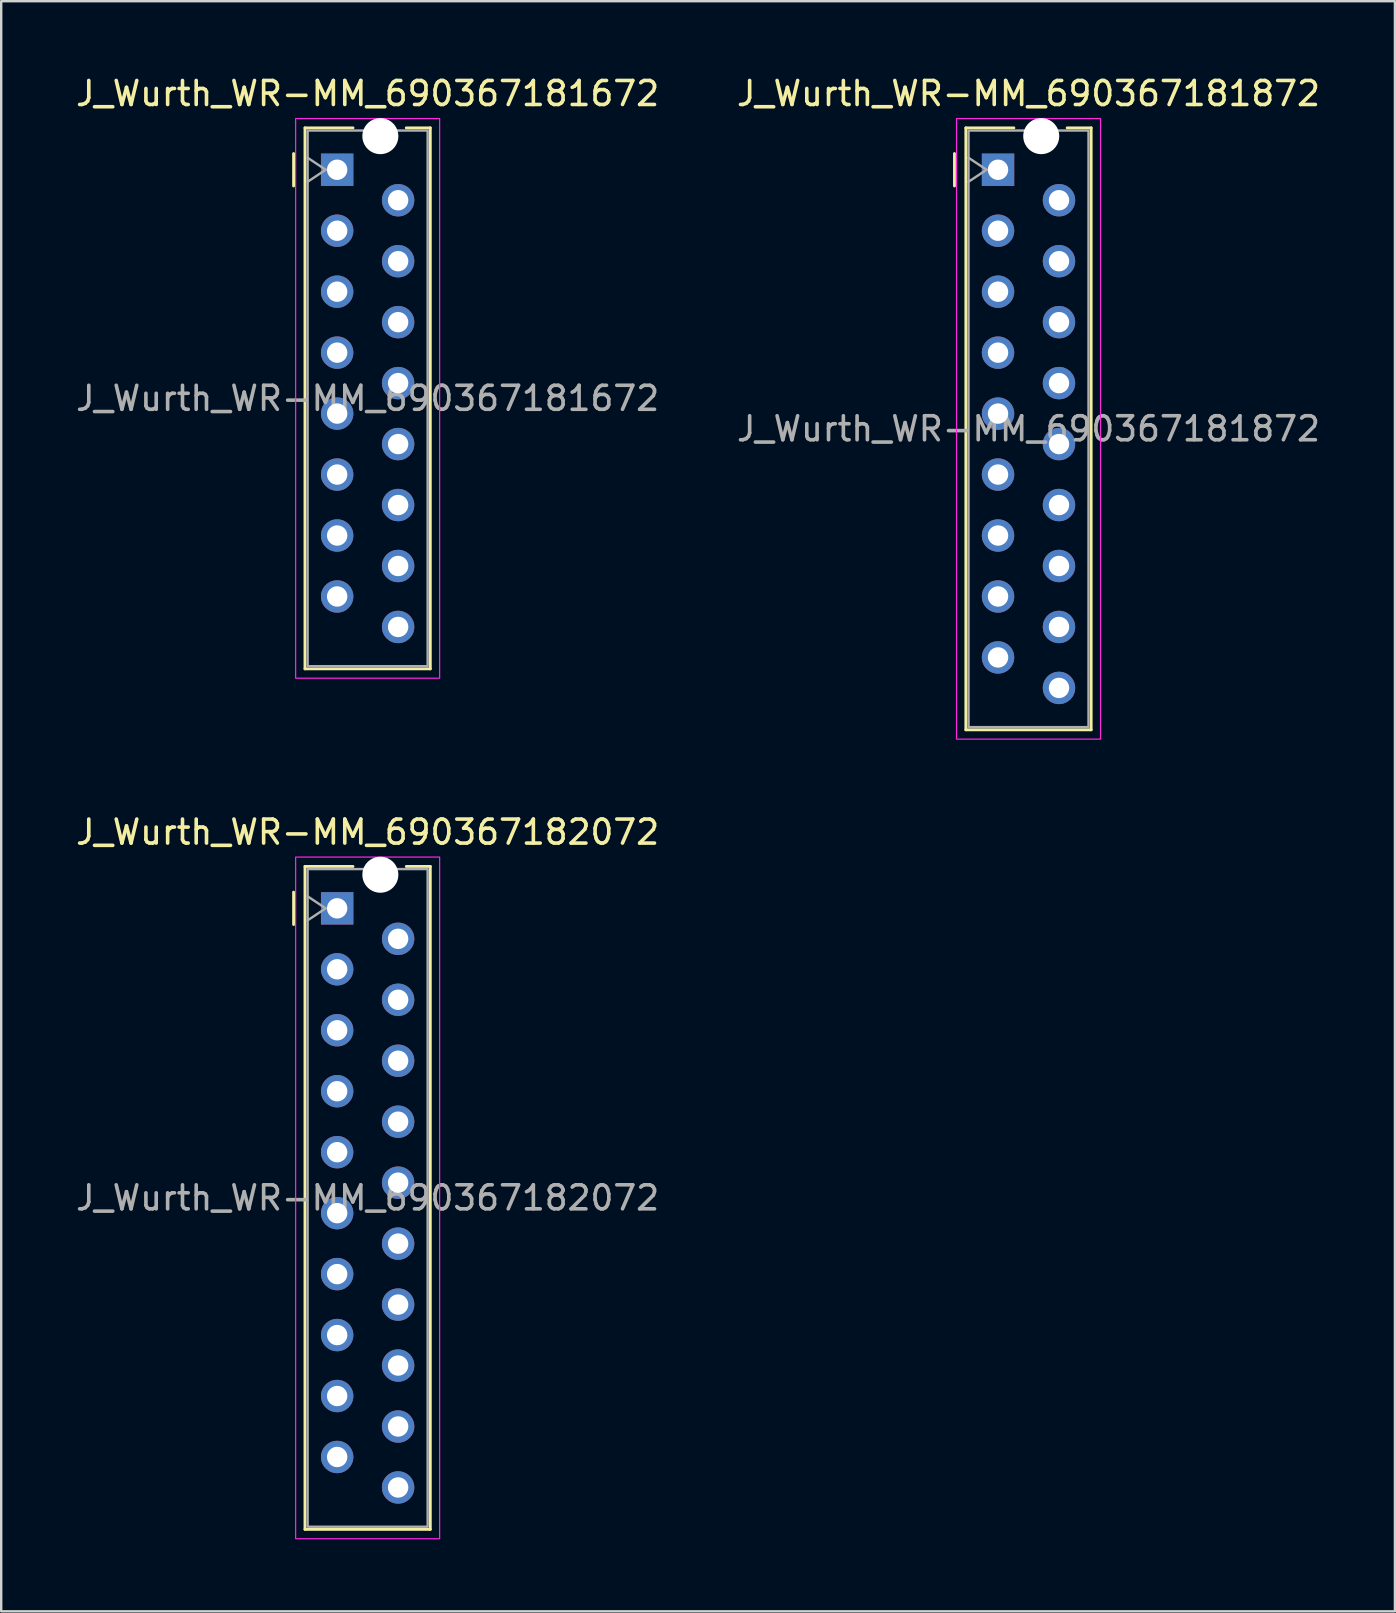
<source format=kicad_pcb>
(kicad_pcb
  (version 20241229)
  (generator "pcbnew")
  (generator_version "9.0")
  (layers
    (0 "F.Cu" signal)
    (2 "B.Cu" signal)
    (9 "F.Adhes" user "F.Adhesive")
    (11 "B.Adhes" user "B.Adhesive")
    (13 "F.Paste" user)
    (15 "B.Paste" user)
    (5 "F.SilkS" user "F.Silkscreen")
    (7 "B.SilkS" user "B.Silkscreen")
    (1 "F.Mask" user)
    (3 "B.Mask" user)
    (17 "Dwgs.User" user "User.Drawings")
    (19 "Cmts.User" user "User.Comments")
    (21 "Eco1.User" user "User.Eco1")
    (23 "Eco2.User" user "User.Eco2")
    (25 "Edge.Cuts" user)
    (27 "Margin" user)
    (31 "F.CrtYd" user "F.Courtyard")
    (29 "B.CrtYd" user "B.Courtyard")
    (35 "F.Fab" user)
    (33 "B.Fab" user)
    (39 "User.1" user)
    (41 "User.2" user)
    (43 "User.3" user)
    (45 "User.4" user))
  (footprint "J_Wurth_WR-MM_690367182072"
    (layer "F.Cu")
    (at 10.998 34.797)
    (property "Reference" "J_Wurth_WR-MM_690367182072" (at 1.27 -3.175 0) (unlocked yes) (layer "F.SilkS") (effects (font (size 1 1) (thickness 0.15))))
    (attr through_hole)
    (fp_line (start -1.815 0.675) (end -1.815 -0.675) (stroke (width 0.12) (type solid)) (layer "F.SilkS"))
    (fp_line (start -1.34 -1.745) (end -1.34 25.875) (stroke (width 0.12) (type solid)) (layer "F.SilkS"))
    (fp_line (start -1.34 -1.745) (end 0.66 -1.745) (stroke (width 0.12) (type solid)) (layer "F.SilkS"))
    (fp_line (start -1.34 25.875) (end 3.88 25.875) (stroke (width 0.12) (type solid)) (layer "F.SilkS"))
    (fp_line (start 3.88 -1.745) (end 2.88 -1.745) (stroke (width 0.12) (type solid)) (layer "F.SilkS"))
    (fp_line (start 3.88 -1.745) (end 3.88 25.875) (stroke (width 0.12) (type solid)) (layer "F.SilkS"))
    (fp_rect (start -1.73 -2.135) (end 4.27 26.265) (stroke (width 0.05) (type solid)) (fill no) (layer "F.CrtYd"))
    (fp_line (start -0.48 0) (end -1.23 -0.5) (stroke (width 0.1) (type solid)) (layer "F.Fab"))
    (fp_line (start -0.48 0) (end -1.23 0.5) (stroke (width 0.1) (type solid)) (layer "F.Fab"))
    (fp_rect (start -1.23 -1.635) (end 3.77 25.765) (stroke (width 0.1) (type solid)) (fill no) (layer "F.Fab"))
    (fp_text user "${REFERENCE}" (at 1.27 12.065 0) (unlocked yes) (layer "F.Fab") (effects (font (size 1 1) (thickness 0.15))))
    (pad "" np_thru_hole circle (at 1.8 -1.4 90) (size 1.5 1.5) (drill 1.5) (layers "*.Cu" "*.Mask"))
    (pad "1" thru_hole rect (at 0 0 90) (size 1.35 1.35) (drill 0.85) (layers "*.Cu" "*.Mask"))
    (pad "2" thru_hole circle (at 2.54 1.27 90) (size 1.35 1.35) (drill 0.85) (layers "*.Cu" "*.Mask"))
    (pad "3" thru_hole circle (at 0 2.54 90) (size 1.35 1.35) (drill 0.85) (layers "*.Cu" "*.Mask"))
    (pad "4" thru_hole circle (at 2.54 3.81 90) (size 1.35 1.35) (drill 0.85) (layers "*.Cu" "*.Mask"))
    (pad "5" thru_hole circle (at 0 5.08 90) (size 1.35 1.35) (drill 0.85) (layers "*.Cu" "*.Mask"))
    (pad "6" thru_hole circle (at 2.54 6.35 90) (size 1.35 1.35) (drill 0.85) (layers "*.Cu" "*.Mask"))
    (pad "7" thru_hole circle (at 0 7.62 90) (size 1.35 1.35) (drill 0.85) (layers "*.Cu" "*.Mask"))
    (pad "8" thru_hole circle (at 2.54 8.89 90) (size 1.35 1.35) (drill 0.85) (layers "*.Cu" "*.Mask"))
    (pad "9" thru_hole circle (at 0 10.16 90) (size 1.35 1.35) (drill 0.85) (layers "*.Cu" "*.Mask"))
    (pad "10" thru_hole circle (at 2.54 11.43 90) (size 1.35 1.35) (drill 0.85) (layers "*.Cu" "*.Mask"))
    (pad "11" thru_hole circle (at 0 12.7 90) (size 1.35 1.35) (drill 0.85) (layers "*.Cu" "*.Mask"))
    (pad "12" thru_hole circle (at 2.54 13.97 90) (size 1.35 1.35) (drill 0.85) (layers "*.Cu" "*.Mask"))
    (pad "13" thru_hole circle (at 0 15.24 90) (size 1.35 1.35) (drill 0.85) (layers "*.Cu" "*.Mask"))
    (pad "14" thru_hole circle (at 2.54 16.51 90) (size 1.35 1.35) (drill 0.85) (layers "*.Cu" "*.Mask"))
    (pad "15" thru_hole circle (at 0 17.78 90) (size 1.35 1.35) (drill 0.85) (layers "*.Cu" "*.Mask"))
    (pad "16" thru_hole circle (at 2.54 19.05 90) (size 1.35 1.35) (drill 0.85) (layers "*.Cu" "*.Mask"))
    (pad "17" thru_hole circle (at 0 20.32 90) (size 1.35 1.35) (drill 0.85) (layers "*.Cu" "*.Mask"))
    (pad "18" thru_hole circle (at 2.54 21.59 90) (size 1.35 1.35) (drill 0.85) (layers "*.Cu" "*.Mask"))
    (pad "19" thru_hole circle (at 0 22.86 90) (size 1.35 1.35) (drill 0.85) (layers "*.Cu" "*.Mask"))
    (pad "20" thru_hole circle (at 2.54 24.13 90) (size 1.35 1.35) (drill 0.85) (layers "*.Cu" "*.Mask")))
  (footprint "J_Wurth_WR-MM_690367181672"
    (layer "F.Cu")
    (at 10.998 4.023)
    (property "Reference" "J_Wurth_WR-MM_690367181672" (at 1.27 -3.175 0) (unlocked yes) (layer "F.SilkS") (effects (font (size 1 1) (thickness 0.15))))
    (attr through_hole)
    (fp_line (start -1.815 0.675) (end -1.815 -0.675) (stroke (width 0.12) (type solid)) (layer "F.SilkS"))
    (fp_line (start -1.34 -1.745) (end -1.34 20.795) (stroke (width 0.12) (type solid)) (layer "F.SilkS"))
    (fp_line (start -1.34 -1.745) (end 0.66 -1.745) (stroke (width 0.12) (type solid)) (layer "F.SilkS"))
    (fp_line (start -1.34 20.795) (end 3.88 20.795) (stroke (width 0.12) (type solid)) (layer "F.SilkS"))
    (fp_line (start 3.88 -1.745) (end 2.88 -1.745) (stroke (width 0.12) (type solid)) (layer "F.SilkS"))
    (fp_line (start 3.88 -1.745) (end 3.88 20.795) (stroke (width 0.12) (type solid)) (layer "F.SilkS"))
    (fp_rect (start -1.73 -2.135) (end 4.27 21.185) (stroke (width 0.05) (type solid)) (fill no) (layer "F.CrtYd"))
    (fp_line (start -0.48 0) (end -1.23 -0.5) (stroke (width 0.1) (type solid)) (layer "F.Fab"))
    (fp_line (start -0.48 0) (end -1.23 0.5) (stroke (width 0.1) (type solid)) (layer "F.Fab"))
    (fp_rect (start -1.23 -1.635) (end 3.77 20.685) (stroke (width 0.1) (type solid)) (fill no) (layer "F.Fab"))
    (fp_text user "${REFERENCE}" (at 1.27 9.525 0) (unlocked yes) (layer "F.Fab") (effects (font (size 1 1) (thickness 0.15))))
    (pad "" np_thru_hole circle (at 1.8 -1.4 90) (size 1.5 1.5) (drill 1.5) (layers "*.Cu" "*.Mask"))
    (pad "1" thru_hole rect (at 0 0 90) (size 1.35 1.35) (drill 0.85) (layers "*.Cu" "*.Mask"))
    (pad "2" thru_hole circle (at 2.54 1.27 90) (size 1.35 1.35) (drill 0.85) (layers "*.Cu" "*.Mask"))
    (pad "3" thru_hole circle (at 0 2.54 90) (size 1.35 1.35) (drill 0.85) (layers "*.Cu" "*.Mask"))
    (pad "4" thru_hole circle (at 2.54 3.81 90) (size 1.35 1.35) (drill 0.85) (layers "*.Cu" "*.Mask"))
    (pad "5" thru_hole circle (at 0 5.08 90) (size 1.35 1.35) (drill 0.85) (layers "*.Cu" "*.Mask"))
    (pad "6" thru_hole circle (at 2.54 6.35 90) (size 1.35 1.35) (drill 0.85) (layers "*.Cu" "*.Mask"))
    (pad "7" thru_hole circle (at 0 7.62 90) (size 1.35 1.35) (drill 0.85) (layers "*.Cu" "*.Mask"))
    (pad "8" thru_hole circle (at 2.54 8.89 90) (size 1.35 1.35) (drill 0.85) (layers "*.Cu" "*.Mask"))
    (pad "9" thru_hole circle (at 0 10.16 90) (size 1.35 1.35) (drill 0.85) (layers "*.Cu" "*.Mask"))
    (pad "10" thru_hole circle (at 2.54 11.43 90) (size 1.35 1.35) (drill 0.85) (layers "*.Cu" "*.Mask"))
    (pad "11" thru_hole circle (at 0 12.7 90) (size 1.35 1.35) (drill 0.85) (layers "*.Cu" "*.Mask"))
    (pad "12" thru_hole circle (at 2.54 13.97 90) (size 1.35 1.35) (drill 0.85) (layers "*.Cu" "*.Mask"))
    (pad "13" thru_hole circle (at 0 15.24 90) (size 1.35 1.35) (drill 0.85) (layers "*.Cu" "*.Mask"))
    (pad "14" thru_hole circle (at 2.54 16.51 90) (size 1.35 1.35) (drill 0.85) (layers "*.Cu" "*.Mask"))
    (pad "15" thru_hole circle (at 0 17.78 90) (size 1.35 1.35) (drill 0.85) (layers "*.Cu" "*.Mask"))
    (pad "16" thru_hole circle (at 2.54 19.05 90) (size 1.35 1.35) (drill 0.85) (layers "*.Cu" "*.Mask")))
  (footprint "J_Wurth_WR-MM_690367181872"
    (layer "F.Cu")
    (at 38.534 4.023)
    (property "Reference" "J_Wurth_WR-MM_690367181872" (at 1.27 -3.175 0) (unlocked yes) (layer "F.SilkS") (effects (font (size 1 1) (thickness 0.15))))
    (attr through_hole)
    (fp_line (start -1.815 0.675) (end -1.815 -0.675) (stroke (width 0.12) (type solid)) (layer "F.SilkS"))
    (fp_line (start -1.34 -1.745) (end -1.34 23.335) (stroke (width 0.12) (type solid)) (layer "F.SilkS"))
    (fp_line (start -1.34 -1.745) (end 0.66 -1.745) (stroke (width 0.12) (type solid)) (layer "F.SilkS"))
    (fp_line (start -1.34 23.335) (end 3.88 23.335) (stroke (width 0.12) (type solid)) (layer "F.SilkS"))
    (fp_line (start 3.88 -1.745) (end 2.88 -1.745) (stroke (width 0.12) (type solid)) (layer "F.SilkS"))
    (fp_line (start 3.88 -1.745) (end 3.88 23.335) (stroke (width 0.12) (type solid)) (layer "F.SilkS"))
    (fp_rect (start -1.73 -2.135) (end 4.27 23.725) (stroke (width 0.05) (type solid)) (fill no) (layer "F.CrtYd"))
    (fp_line (start -0.48 0) (end -1.23 -0.5) (stroke (width 0.1) (type solid)) (layer "F.Fab"))
    (fp_line (start -0.48 0) (end -1.23 0.5) (stroke (width 0.1) (type solid)) (layer "F.Fab"))
    (fp_rect (start -1.23 -1.635) (end 3.77 23.225) (stroke (width 0.1) (type solid)) (fill no) (layer "F.Fab"))
    (fp_text user "${REFERENCE}" (at 1.27 10.795 0) (unlocked yes) (layer "F.Fab") (effects (font (size 1 1) (thickness 0.15))))
    (pad "" np_thru_hole circle (at 1.8 -1.4 90) (size 1.5 1.5) (drill 1.5) (layers "*.Cu" "*.Mask"))
    (pad "1" thru_hole rect (at 0 0 90) (size 1.35 1.35) (drill 0.85) (layers "*.Cu" "*.Mask"))
    (pad "2" thru_hole circle (at 2.54 1.27 90) (size 1.35 1.35) (drill 0.85) (layers "*.Cu" "*.Mask"))
    (pad "3" thru_hole circle (at 0 2.54 90) (size 1.35 1.35) (drill 0.85) (layers "*.Cu" "*.Mask"))
    (pad "4" thru_hole circle (at 2.54 3.81 90) (size 1.35 1.35) (drill 0.85) (layers "*.Cu" "*.Mask"))
    (pad "5" thru_hole circle (at 0 5.08 90) (size 1.35 1.35) (drill 0.85) (layers "*.Cu" "*.Mask"))
    (pad "6" thru_hole circle (at 2.54 6.35 90) (size 1.35 1.35) (drill 0.85) (layers "*.Cu" "*.Mask"))
    (pad "7" thru_hole circle (at 0 7.62 90) (size 1.35 1.35) (drill 0.85) (layers "*.Cu" "*.Mask"))
    (pad "8" thru_hole circle (at 2.54 8.89 90) (size 1.35 1.35) (drill 0.85) (layers "*.Cu" "*.Mask"))
    (pad "9" thru_hole circle (at 0 10.16 90) (size 1.35 1.35) (drill 0.85) (layers "*.Cu" "*.Mask"))
    (pad "10" thru_hole circle (at 2.54 11.43 90) (size 1.35 1.35) (drill 0.85) (layers "*.Cu" "*.Mask"))
    (pad "11" thru_hole circle (at 0 12.7 90) (size 1.35 1.35) (drill 0.85) (layers "*.Cu" "*.Mask"))
    (pad "12" thru_hole circle (at 2.54 13.97 90) (size 1.35 1.35) (drill 0.85) (layers "*.Cu" "*.Mask"))
    (pad "13" thru_hole circle (at 0 15.24 90) (size 1.35 1.35) (drill 0.85) (layers "*.Cu" "*.Mask"))
    (pad "14" thru_hole circle (at 2.54 16.51 90) (size 1.35 1.35) (drill 0.85) (layers "*.Cu" "*.Mask"))
    (pad "15" thru_hole circle (at 0 17.78 90) (size 1.35 1.35) (drill 0.85) (layers "*.Cu" "*.Mask"))
    (pad "16" thru_hole circle (at 2.54 19.05 90) (size 1.35 1.35) (drill 0.85) (layers "*.Cu" "*.Mask"))
    (pad "17" thru_hole circle (at 0 20.32 90) (size 1.35 1.35) (drill 0.85) (layers "*.Cu" "*.Mask"))
    (pad "18" thru_hole circle (at 2.54 21.59 90) (size 1.35 1.35) (drill 0.85) (layers "*.Cu" "*.Mask")))
  (gr_rect
    (start -3 -3)
    (end 55.071 64.087)
    (stroke (width 0.1) (type default))
    (fill no)
    (layer "Edge.Cuts")))
</source>
